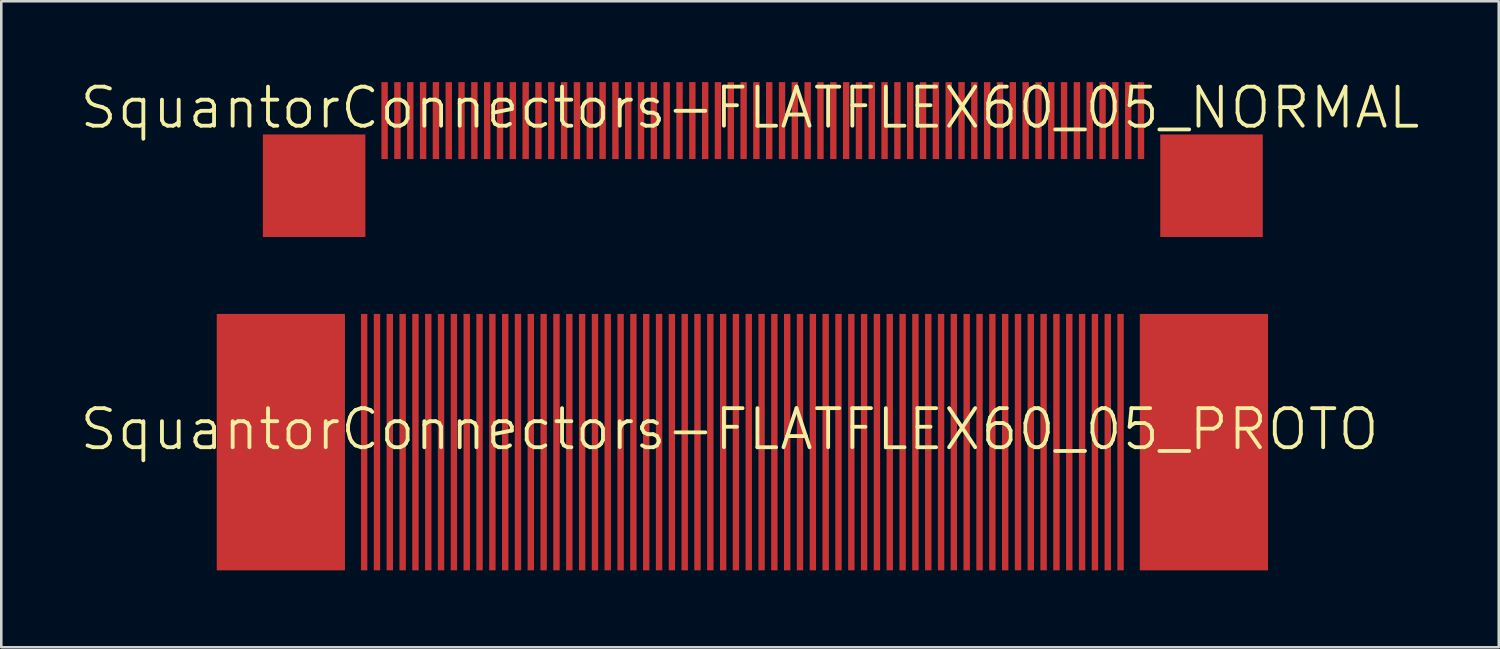
<source format=kicad_pcb>
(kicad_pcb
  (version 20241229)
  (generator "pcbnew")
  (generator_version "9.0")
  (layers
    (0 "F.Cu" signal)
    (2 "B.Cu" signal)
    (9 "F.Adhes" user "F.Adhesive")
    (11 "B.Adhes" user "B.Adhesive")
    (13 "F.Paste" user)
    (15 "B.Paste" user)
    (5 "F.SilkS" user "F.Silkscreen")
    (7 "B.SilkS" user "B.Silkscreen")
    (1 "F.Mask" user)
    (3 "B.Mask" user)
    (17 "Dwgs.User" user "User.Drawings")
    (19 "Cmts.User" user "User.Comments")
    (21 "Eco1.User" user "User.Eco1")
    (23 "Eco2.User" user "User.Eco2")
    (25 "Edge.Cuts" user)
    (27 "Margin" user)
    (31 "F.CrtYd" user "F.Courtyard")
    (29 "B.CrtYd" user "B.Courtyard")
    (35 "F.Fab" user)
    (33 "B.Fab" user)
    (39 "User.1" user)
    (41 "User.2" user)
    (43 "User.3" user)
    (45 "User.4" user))
  (footprint "SquantorConnectors-FLATFLEX60_05_PROTO"
    (layer "F.Cu")
    (at 25.4 13.694)
    (property "Reference" "SquantorConnectors-FLATFLEX60_05_PROTO" (at 0 0 0) (layer "F.SilkS") (effects (font (size 1.524 1.524) (thickness 0.15))))
    (attr smd)
    (pad "1" smd rect (at -14.249 0.498 90) (size 10 0.249) (layers "F.Cu" "F.Mask" "F.Paste"))
    (pad "2" smd rect (at -13.749 0.498 90) (size 10 0.249) (layers "F.Cu" "F.Mask" "F.Paste"))
    (pad "3" smd rect (at -13.249 0.498 90) (size 10 0.249) (layers "F.Cu" "F.Mask" "F.Paste"))
    (pad "4" smd rect (at -12.748 0.498 90) (size 10 0.249) (layers "F.Cu" "F.Mask" "F.Paste"))
    (pad "5" smd rect (at -12.248 0.498 90) (size 10 0.249) (layers "F.Cu" "F.Mask" "F.Paste"))
    (pad "6" smd rect (at -11.748 0.498 90) (size 10 0.249) (layers "F.Cu" "F.Mask" "F.Paste"))
    (pad "7" smd rect (at -11.25 0.498 90) (size 10 0.249) (layers "F.Cu" "F.Mask" "F.Paste"))
    (pad "8" smd rect (at -10.749 0.498 90) (size 10 0.249) (layers "F.Cu" "F.Mask" "F.Paste"))
    (pad "9" smd rect (at -10.249 0.498 90) (size 10 0.249) (layers "F.Cu" "F.Mask" "F.Paste"))
    (pad "10" smd rect (at -9.749 0.498 90) (size 10 0.249) (layers "F.Cu" "F.Mask" "F.Paste"))
    (pad "11" smd rect (at -9.248 0.498 90) (size 10 0.249) (layers "F.Cu" "F.Mask" "F.Paste"))
    (pad "12" smd rect (at -8.748 0.498 90) (size 10 0.249) (layers "F.Cu" "F.Mask" "F.Paste"))
    (pad "13" smd rect (at -8.25 0.498 90) (size 10 0.249) (layers "F.Cu" "F.Mask" "F.Paste"))
    (pad "14" smd rect (at -7.75 0.498 90) (size 10 0.249) (layers "F.Cu" "F.Mask" "F.Paste"))
    (pad "15" smd rect (at -7.249 0.498 90) (size 10 0.249) (layers "F.Cu" "F.Mask" "F.Paste"))
    (pad "16" smd rect (at -6.749 0.498 90) (size 10 0.249) (layers "F.Cu" "F.Mask" "F.Paste"))
    (pad "17" smd rect (at -6.248 0.498 90) (size 10 0.249) (layers "F.Cu" "F.Mask" "F.Paste"))
    (pad "18" smd rect (at -5.748 0.498 90) (size 10 0.249) (layers "F.Cu" "F.Mask" "F.Paste"))
    (pad "19" smd rect (at -5.248 0.498 90) (size 10 0.249) (layers "F.Cu" "F.Mask" "F.Paste"))
    (pad "20" smd rect (at -4.75 0.498 90) (size 10 0.249) (layers "F.Cu" "F.Mask" "F.Paste"))
    (pad "21" smd rect (at -4.249 0.498 90) (size 10 0.249) (layers "F.Cu" "F.Mask" "F.Paste"))
    (pad "22" smd rect (at -3.749 0.498 90) (size 10 0.249) (layers "F.Cu" "F.Mask" "F.Paste"))
    (pad "23" smd rect (at -3.249 0.498 90) (size 10 0.249) (layers "F.Cu" "F.Mask" "F.Paste"))
    (pad "24" smd rect (at -2.748 0.498 90) (size 10 0.249) (layers "F.Cu" "F.Mask" "F.Paste"))
    (pad "25" smd rect (at -2.248 0.498 90) (size 10 0.249) (layers "F.Cu" "F.Mask" "F.Paste"))
    (pad "26" smd rect (at -1.748 0.498 90) (size 10 0.249) (layers "F.Cu" "F.Mask" "F.Paste"))
    (pad "27" smd rect (at -1.25 0.498 90) (size 10 0.249) (layers "F.Cu" "F.Mask" "F.Paste"))
    (pad "28" smd rect (at -0.749 0.498 90) (size 10 0.249) (layers "F.Cu" "F.Mask" "F.Paste"))
    (pad "29" smd rect (at -0.249 0.498 90) (size 10 0.249) (layers "F.Cu" "F.Mask" "F.Paste"))
    (pad "30" smd rect (at 0.249 0.498 90) (size 10 0.249) (layers "F.Cu" "F.Mask" "F.Paste"))
    (pad "31" smd rect (at 0.749 0.498 90) (size 10 0.249) (layers "F.Cu" "F.Mask" "F.Paste"))
    (pad "32" smd rect (at 1.25 0.498 90) (size 10 0.249) (layers "F.Cu" "F.Mask" "F.Paste"))
    (pad "33" smd rect (at 1.748 0.498 90) (size 10 0.249) (layers "F.Cu" "F.Mask" "F.Paste"))
    (pad "34" smd rect (at 2.248 0.498 90) (size 10 0.249) (layers "F.Cu" "F.Mask" "F.Paste"))
    (pad "35" smd rect (at 2.748 0.498 90) (size 10 0.249) (layers "F.Cu" "F.Mask" "F.Paste"))
    (pad "36" smd rect (at 3.249 0.498 90) (size 10 0.249) (layers "F.Cu" "F.Mask" "F.Paste"))
    (pad "37" smd rect (at 3.749 0.498 90) (size 10 0.249) (layers "F.Cu" "F.Mask" "F.Paste"))
    (pad "38" smd rect (at 4.249 0.498 90) (size 10 0.249) (layers "F.Cu" "F.Mask" "F.Paste"))
    (pad "39" smd rect (at 4.75 0.498 90) (size 10 0.249) (layers "F.Cu" "F.Mask" "F.Paste"))
    (pad "40" smd rect (at 5.248 0.498 90) (size 10 0.249) (layers "F.Cu" "F.Mask" "F.Paste"))
    (pad "41" smd rect (at 5.748 0.498 90) (size 10 0.249) (layers "F.Cu" "F.Mask" "F.Paste"))
    (pad "42" smd rect (at 6.248 0.498 90) (size 10 0.249) (layers "F.Cu" "F.Mask" "F.Paste"))
    (pad "43" smd rect (at 6.749 0.498 90) (size 10 0.249) (layers "F.Cu" "F.Mask" "F.Paste"))
    (pad "44" smd rect (at 7.249 0.498 90) (size 10 0.249) (layers "F.Cu" "F.Mask" "F.Paste"))
    (pad "45" smd rect (at 7.75 0.498 90) (size 10 0.249) (layers "F.Cu" "F.Mask" "F.Paste"))
    (pad "46" smd rect (at 8.25 0.498 90) (size 10 0.249) (layers "F.Cu" "F.Mask" "F.Paste"))
    (pad "47" smd rect (at 8.748 0.498 90) (size 10 0.249) (layers "F.Cu" "F.Mask" "F.Paste"))
    (pad "48" smd rect (at 9.248 0.498 90) (size 10 0.249) (layers "F.Cu" "F.Mask" "F.Paste"))
    (pad "49" smd rect (at 9.749 0.498 90) (size 10 0.249) (layers "F.Cu" "F.Mask" "F.Paste"))
    (pad "50" smd rect (at 10.249 0.498 90) (size 10 0.249) (layers "F.Cu" "F.Mask" "F.Paste"))
    (pad "51" smd rect (at 10.749 0.498 90) (size 10 0.249) (layers "F.Cu" "F.Mask" "F.Paste"))
    (pad "52" smd rect (at 11.25 0.498 90) (size 10 0.249) (layers "F.Cu" "F.Mask" "F.Paste"))
    (pad "53" smd rect (at 11.748 0.498 90) (size 10 0.249) (layers "F.Cu" "F.Mask" "F.Paste"))
    (pad "54" smd rect (at 12.248 0.498 90) (size 10 0.249) (layers "F.Cu" "F.Mask" "F.Paste"))
    (pad "55" smd rect (at 12.748 0.498 90) (size 10 0.249) (layers "F.Cu" "F.Mask" "F.Paste"))
    (pad "56" smd rect (at 13.249 0.498 90) (size 10 0.249) (layers "F.Cu" "F.Mask" "F.Paste"))
    (pad "57" smd rect (at 13.749 0.498 90) (size 10 0.249) (layers "F.Cu" "F.Mask" "F.Paste"))
    (pad "58" smd rect (at 14.249 0.498 90) (size 10 0.249) (layers "F.Cu" "F.Mask" "F.Paste"))
    (pad "59" smd rect (at 14.75 0.498 90) (size 10 0.249) (layers "F.Cu" "F.Mask" "F.Paste"))
    (pad "60" smd rect (at 15.248 0.498 90) (size 10 0.249) (layers "F.Cu" "F.Mask" "F.Paste"))
    (pad "CLIP" smd rect (at -17.498 0.498 90) (size 10 4.999) (layers "F.Cu" "F.Mask" "F.Paste"))
    (pad "CLIP" smd rect (at 18.499 0.498 90) (size 10 4.999) (layers "F.Cu" "F.Mask" "F.Paste")))
  (footprint "SquantorConnectors-FLATFLEX60_05_NORMAL"
    (layer "F.Cu")
    (at 26.198 1.155)
    (property "Reference" "SquantorConnectors-FLATFLEX60_05_NORMAL" (at 0 0 0) (layer "F.SilkS") (effects (font (size 1.524 1.524) (thickness 0.15))))
    (attr smd)
    (pad "1" smd rect (at -14.249 0.498 90) (size 3 0.249) (layers "F.Cu" "F.Mask" "F.Paste"))
    (pad "2" smd rect (at -13.749 0.498 90) (size 3 0.249) (layers "F.Cu" "F.Mask" "F.Paste"))
    (pad "3" smd rect (at -13.249 0.498 90) (size 3 0.249) (layers "F.Cu" "F.Mask" "F.Paste"))
    (pad "4" smd rect (at -12.748 0.498 90) (size 3 0.249) (layers "F.Cu" "F.Mask" "F.Paste"))
    (pad "5" smd rect (at -12.248 0.498 90) (size 3 0.249) (layers "F.Cu" "F.Mask" "F.Paste"))
    (pad "6" smd rect (at -11.748 0.498 90) (size 3 0.249) (layers "F.Cu" "F.Mask" "F.Paste"))
    (pad "7" smd rect (at -11.25 0.498 90) (size 3 0.249) (layers "F.Cu" "F.Mask" "F.Paste"))
    (pad "8" smd rect (at -10.749 0.498 90) (size 3 0.249) (layers "F.Cu" "F.Mask" "F.Paste"))
    (pad "9" smd rect (at -10.249 0.498 90) (size 3 0.249) (layers "F.Cu" "F.Mask" "F.Paste"))
    (pad "10" smd rect (at -9.749 0.498 90) (size 3 0.249) (layers "F.Cu" "F.Mask" "F.Paste"))
    (pad "11" smd rect (at -9.248 0.498 90) (size 3 0.249) (layers "F.Cu" "F.Mask" "F.Paste"))
    (pad "12" smd rect (at -8.748 0.498 90) (size 3 0.249) (layers "F.Cu" "F.Mask" "F.Paste"))
    (pad "13" smd rect (at -8.25 0.498 90) (size 3 0.249) (layers "F.Cu" "F.Mask" "F.Paste"))
    (pad "14" smd rect (at -7.75 0.498 90) (size 3 0.249) (layers "F.Cu" "F.Mask" "F.Paste"))
    (pad "15" smd rect (at -7.249 0.498 90) (size 3 0.249) (layers "F.Cu" "F.Mask" "F.Paste"))
    (pad "16" smd rect (at -6.749 0.498 90) (size 3 0.249) (layers "F.Cu" "F.Mask" "F.Paste"))
    (pad "17" smd rect (at -6.248 0.498 90) (size 3 0.249) (layers "F.Cu" "F.Mask" "F.Paste"))
    (pad "18" smd rect (at -5.748 0.498 90) (size 3 0.249) (layers "F.Cu" "F.Mask" "F.Paste"))
    (pad "19" smd rect (at -5.248 0.498 90) (size 3 0.249) (layers "F.Cu" "F.Mask" "F.Paste"))
    (pad "20" smd rect (at -4.75 0.498 90) (size 3 0.249) (layers "F.Cu" "F.Mask" "F.Paste"))
    (pad "21" smd rect (at -4.249 0.498 90) (size 3 0.249) (layers "F.Cu" "F.Mask" "F.Paste"))
    (pad "22" smd rect (at -3.749 0.498 90) (size 3 0.249) (layers "F.Cu" "F.Mask" "F.Paste"))
    (pad "23" smd rect (at -3.249 0.498 90) (size 3 0.249) (layers "F.Cu" "F.Mask" "F.Paste"))
    (pad "24" smd rect (at -2.748 0.498 90) (size 3 0.249) (layers "F.Cu" "F.Mask" "F.Paste"))
    (pad "25" smd rect (at -2.248 0.498 90) (size 3 0.249) (layers "F.Cu" "F.Mask" "F.Paste"))
    (pad "26" smd rect (at -1.748 0.498 90) (size 3 0.249) (layers "F.Cu" "F.Mask" "F.Paste"))
    (pad "27" smd rect (at -1.25 0.498 90) (size 3 0.249) (layers "F.Cu" "F.Mask" "F.Paste"))
    (pad "28" smd rect (at -0.749 0.498 90) (size 3 0.249) (layers "F.Cu" "F.Mask" "F.Paste"))
    (pad "29" smd rect (at -0.249 0.498 90) (size 3 0.249) (layers "F.Cu" "F.Mask" "F.Paste"))
    (pad "30" smd rect (at 0.249 0.498 90) (size 3 0.249) (layers "F.Cu" "F.Mask" "F.Paste"))
    (pad "31" smd rect (at 0.749 0.498 90) (size 3 0.249) (layers "F.Cu" "F.Mask" "F.Paste"))
    (pad "32" smd rect (at 1.25 0.498 90) (size 3 0.249) (layers "F.Cu" "F.Mask" "F.Paste"))
    (pad "33" smd rect (at 1.748 0.498 90) (size 3 0.249) (layers "F.Cu" "F.Mask" "F.Paste"))
    (pad "34" smd rect (at 2.248 0.498 90) (size 3 0.249) (layers "F.Cu" "F.Mask" "F.Paste"))
    (pad "35" smd rect (at 2.748 0.498 90) (size 3 0.249) (layers "F.Cu" "F.Mask" "F.Paste"))
    (pad "36" smd rect (at 3.249 0.498 90) (size 3 0.249) (layers "F.Cu" "F.Mask" "F.Paste"))
    (pad "37" smd rect (at 3.749 0.498 90) (size 3 0.249) (layers "F.Cu" "F.Mask" "F.Paste"))
    (pad "38" smd rect (at 4.249 0.498 90) (size 3 0.249) (layers "F.Cu" "F.Mask" "F.Paste"))
    (pad "39" smd rect (at 4.75 0.498 90) (size 3 0.249) (layers "F.Cu" "F.Mask" "F.Paste"))
    (pad "40" smd rect (at 5.248 0.498 90) (size 3 0.249) (layers "F.Cu" "F.Mask" "F.Paste"))
    (pad "41" smd rect (at 5.748 0.498 90) (size 3 0.249) (layers "F.Cu" "F.Mask" "F.Paste"))
    (pad "42" smd rect (at 6.248 0.498 90) (size 3 0.249) (layers "F.Cu" "F.Mask" "F.Paste"))
    (pad "43" smd rect (at 6.749 0.498 90) (size 3 0.249) (layers "F.Cu" "F.Mask" "F.Paste"))
    (pad "44" smd rect (at 7.249 0.498 90) (size 3 0.249) (layers "F.Cu" "F.Mask" "F.Paste"))
    (pad "45" smd rect (at 7.75 0.498 90) (size 3 0.249) (layers "F.Cu" "F.Mask" "F.Paste"))
    (pad "46" smd rect (at 8.25 0.498 90) (size 3 0.249) (layers "F.Cu" "F.Mask" "F.Paste"))
    (pad "47" smd rect (at 8.748 0.498 90) (size 3 0.249) (layers "F.Cu" "F.Mask" "F.Paste"))
    (pad "48" smd rect (at 9.248 0.498 90) (size 3 0.249) (layers "F.Cu" "F.Mask" "F.Paste"))
    (pad "49" smd rect (at 9.749 0.498 90) (size 3 0.249) (layers "F.Cu" "F.Mask" "F.Paste"))
    (pad "50" smd rect (at 10.249 0.498 90) (size 3 0.249) (layers "F.Cu" "F.Mask" "F.Paste"))
    (pad "51" smd rect (at 10.749 0.498 90) (size 3 0.249) (layers "F.Cu" "F.Mask" "F.Paste"))
    (pad "52" smd rect (at 11.25 0.498 90) (size 3 0.249) (layers "F.Cu" "F.Mask" "F.Paste"))
    (pad "53" smd rect (at 11.748 0.498 90) (size 3 0.249) (layers "F.Cu" "F.Mask" "F.Paste"))
    (pad "54" smd rect (at 12.248 0.498 90) (size 3 0.249) (layers "F.Cu" "F.Mask" "F.Paste"))
    (pad "55" smd rect (at 12.748 0.498 90) (size 3 0.249) (layers "F.Cu" "F.Mask" "F.Paste"))
    (pad "56" smd rect (at 13.249 0.498 90) (size 3 0.249) (layers "F.Cu" "F.Mask" "F.Paste"))
    (pad "57" smd rect (at 13.749 0.498 90) (size 3 0.249) (layers "F.Cu" "F.Mask" "F.Paste"))
    (pad "58" smd rect (at 14.249 0.498 90) (size 3 0.249) (layers "F.Cu" "F.Mask" "F.Paste"))
    (pad "59" smd rect (at 14.75 0.498 90) (size 3 0.249) (layers "F.Cu" "F.Mask" "F.Paste"))
    (pad "60" smd rect (at 15.248 0.498 90) (size 3 0.249) (layers "F.Cu" "F.Mask" "F.Paste"))
    (pad "CLIP" smd rect (at -16.998 3.038 90) (size 3.998 3.998) (layers "F.Cu" "F.Mask" "F.Paste"))
    (pad "CLIP" smd rect (at 17.998 3.038 90) (size 3.998 3.998) (layers "F.Cu" "F.Mask" "F.Paste")))
  (gr_rect
    (start -3 -3)
    (end 55.397 22.192)
    (stroke (width 0.1) (type default))
    (fill no)
    (layer "Edge.Cuts")))
</source>
